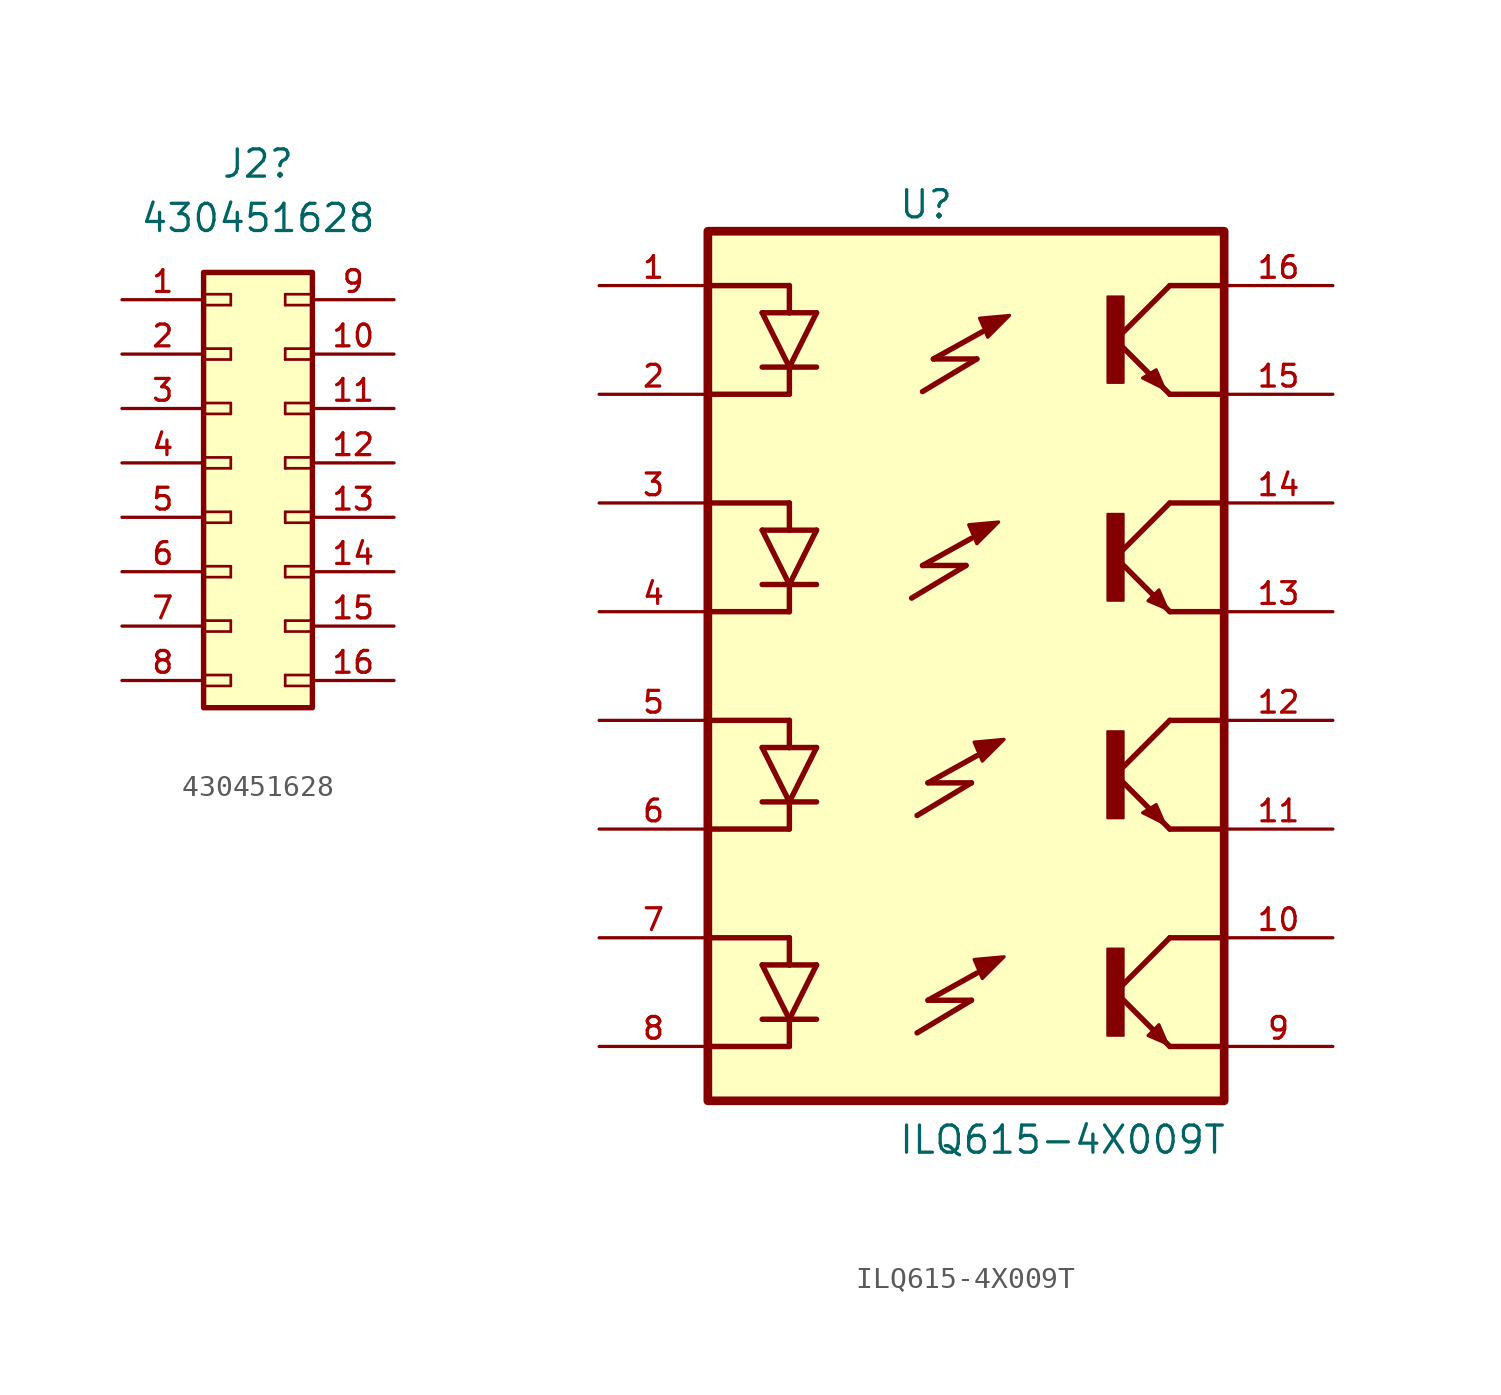
<source format=kicad_sym>
(kicad_symbol_lib
  (version 20231120)
  (generator "kicad_symbol_editor")
  (generator_version "8.0")
  (symbol "430451628"
    (pin_names
      (offset 1.016))
    (property "Reference" "J2"
      (at 0 16.51 0)
      (effects (font (size 1.27 1.27))))
    (property "Value" "430451628"
      (at 0 13.97 0)
      (effects (font (size 1.27 1.27))))
    (symbol "430451628_0_0"
      (rectangle (start -2.54 11.43) (end 2.54 -8.89) (stroke (width 0.254) (type default)) (fill (type background)))
      (polyline (pts (xy -2.54 -7.874) (xy -1.27 -7.874)) (stroke (width 0.127) (type default)) (fill (type none)))
      (polyline (pts (xy -2.54 -7.366) (xy -1.27 -7.366)) (stroke (width 0.127) (type default)) (fill (type none)))
      (polyline (pts (xy -2.54 -5.334) (xy -1.27 -5.334)) (stroke (width 0.127) (type default)) (fill (type none)))
      (polyline (pts (xy -2.54 -4.826) (xy -1.27 -4.826)) (stroke (width 0.127) (type default)) (fill (type none)))
      (polyline (pts (xy -2.54 -2.794) (xy -1.27 -2.794)) (stroke (width 0.127) (type default)) (fill (type none)))
      (polyline (pts (xy -2.54 -2.286) (xy -1.27 -2.286)) (stroke (width 0.127) (type default)) (fill (type none)))
      (polyline (pts (xy -2.54 -0.254) (xy -1.27 -0.254)) (stroke (width 0.127) (type default)) (fill (type none)))
      (polyline (pts (xy -2.54 0.254) (xy -1.27 0.254)) (stroke (width 0.127) (type default)) (fill (type none)))
      (polyline (pts (xy -2.54 2.286) (xy -1.27 2.286)) (stroke (width 0.127) (type default)) (fill (type none)))
      (polyline (pts (xy -2.54 2.794) (xy -1.27 2.794)) (stroke (width 0.127) (type default)) (fill (type none)))
      (polyline (pts (xy -2.54 4.826) (xy -1.27 4.826)) (stroke (width 0.127) (type default)) (fill (type none)))
      (polyline (pts (xy -2.54 5.334) (xy -1.27 5.334)) (stroke (width 0.127) (type default)) (fill (type none)))
      (polyline (pts (xy -2.54 7.366) (xy -1.27 7.366)) (stroke (width 0.127) (type default)) (fill (type none)))
      (polyline (pts (xy -2.54 7.874) (xy -1.27 7.874)) (stroke (width 0.127) (type default)) (fill (type none)))
      (polyline (pts (xy -2.54 9.906) (xy -1.27 9.906)) (stroke (width 0.127) (type default)) (fill (type none)))
      (polyline (pts (xy -2.54 10.414) (xy -1.27 10.414)) (stroke (width 0.127) (type default)) (fill (type none)))
      (polyline (pts (xy -1.27 -7.366) (xy -1.27 -7.874)) (stroke (width 0.127) (type default)) (fill (type none)))
      (polyline (pts (xy -1.27 -4.826) (xy -1.27 -5.334)) (stroke (width 0.127) (type default)) (fill (type none)))
      (polyline (pts (xy -1.27 -2.286) (xy -1.27 -2.794)) (stroke (width 0.127) (type default)) (fill (type none)))
      (polyline (pts (xy -1.27 0.254) (xy -1.27 -0.254)) (stroke (width 0.127) (type default)) (fill (type none)))
      (polyline (pts (xy -1.27 2.794) (xy -1.27 2.286)) (stroke (width 0.127) (type default)) (fill (type none)))
      (polyline (pts (xy -1.27 5.334) (xy -1.27 4.826)) (stroke (width 0.127) (type default)) (fill (type none)))
      (polyline (pts (xy -1.27 7.874) (xy -1.27 7.366)) (stroke (width 0.127) (type default)) (fill (type none)))
      (polyline (pts (xy -1.27 10.414) (xy -1.27 9.906)) (stroke (width 0.127) (type default)) (fill (type none)))
      (polyline (pts (xy 1.27 -7.366) (xy 1.27 -7.874)) (stroke (width 0.127) (type default)) (fill (type none)))
      (polyline (pts (xy 1.27 -4.826) (xy 1.27 -5.334)) (stroke (width 0.127) (type default)) (fill (type none)))
      (polyline (pts (xy 1.27 -2.286) (xy 1.27 -2.794)) (stroke (width 0.127) (type default)) (fill (type none)))
      (polyline (pts (xy 1.27 0.254) (xy 1.27 -0.254)) (stroke (width 0.127) (type default)) (fill (type none)))
      (polyline (pts (xy 1.27 2.794) (xy 1.27 2.286)) (stroke (width 0.127) (type default)) (fill (type none)))
      (polyline (pts (xy 1.27 5.334) (xy 1.27 4.826)) (stroke (width 0.127) (type default)) (fill (type none)))
      (polyline (pts (xy 1.27 7.874) (xy 1.27 7.366)) (stroke (width 0.127) (type default)) (fill (type none)))
      (polyline (pts (xy 1.27 10.414) (xy 1.27 9.906)) (stroke (width 0.127) (type default)) (fill (type none)))
      (polyline (pts (xy 2.54 -7.874) (xy 1.27 -7.874)) (stroke (width 0.127) (type default)) (fill (type none)))
      (polyline (pts (xy 2.54 -7.366) (xy 1.27 -7.366)) (stroke (width 0.127) (type default)) (fill (type none)))
      (polyline (pts (xy 2.54 -5.334) (xy 1.27 -5.334)) (stroke (width 0.127) (type default)) (fill (type none)))
      (polyline (pts (xy 2.54 -4.826) (xy 1.27 -4.826)) (stroke (width 0.127) (type default)) (fill (type none)))
      (polyline (pts (xy 2.54 -2.794) (xy 1.27 -2.794)) (stroke (width 0.127) (type default)) (fill (type none)))
      (polyline (pts (xy 2.54 -2.286) (xy 1.27 -2.286)) (stroke (width 0.127) (type default)) (fill (type none)))
      (polyline (pts (xy 2.54 -0.254) (xy 1.27 -0.254)) (stroke (width 0.127) (type default)) (fill (type none)))
      (polyline (pts (xy 2.54 0.254) (xy 1.27 0.254)) (stroke (width 0.127) (type default)) (fill (type none)))
      (polyline (pts (xy 2.54 2.286) (xy 1.27 2.286)) (stroke (width 0.127) (type default)) (fill (type none)))
      (polyline (pts (xy 2.54 2.794) (xy 1.27 2.794)) (stroke (width 0.127) (type default)) (fill (type none)))
      (polyline (pts (xy 2.54 4.826) (xy 1.27 4.826)) (stroke (width 0.127) (type default)) (fill (type none)))
      (polyline (pts (xy 2.54 5.334) (xy 1.27 5.334)) (stroke (width 0.127) (type default)) (fill (type none)))
      (polyline (pts (xy 2.54 7.366) (xy 1.27 7.366)) (stroke (width 0.127) (type default)) (fill (type none)))
      (polyline (pts (xy 2.54 7.874) (xy 1.27 7.874)) (stroke (width 0.127) (type default)) (fill (type none)))
      (polyline (pts (xy 2.54 9.906) (xy 1.27 9.906)) (stroke (width 0.127) (type default)) (fill (type none)))
      (polyline (pts (xy 2.54 10.414) (xy 1.27 10.414)) (stroke (width 0.127) (type default)) (fill (type none))))
    (symbol "430451628_1_0"
      (pin passive line (at -6.35 10.16 0) (length 3.81) (name "" (effects (font (size 1.016 1.016)))) (number "1" (effects (font (size 1.016 1.016)))))
      (pin passive line (at 6.35 7.62 180) (length 3.81) (name "" (effects (font (size 1.016 1.016)))) (number "10" (effects (font (size 1.016 1.016)))))
      (pin passive line (at 6.35 5.08 180) (length 3.81) (name "" (effects (font (size 1.016 1.016)))) (number "11" (effects (font (size 1.016 1.016)))))
      (pin passive line (at 6.35 2.54 180) (length 3.81) (name "" (effects (font (size 1.016 1.016)))) (number "12" (effects (font (size 1.016 1.016)))))
      (pin passive line (at 6.35 0 180) (length 3.81) (name "" (effects (font (size 1.016 1.016)))) (number "13" (effects (font (size 1.016 1.016)))))
      (pin passive line (at 6.35 -2.54 180) (length 3.81) (name "" (effects (font (size 1.016 1.016)))) (number "14" (effects (font (size 1.016 1.016)))))
      (pin passive line (at 6.35 -5.08 180) (length 3.81) (name "" (effects (font (size 1.016 1.016)))) (number "15" (effects (font (size 1.016 1.016)))))
      (pin passive line (at 6.35 -7.62 180) (length 3.81) (name "" (effects (font (size 1.016 1.016)))) (number "16" (effects (font (size 1.016 1.016)))))
      (pin passive line (at -6.35 7.62 0) (length 3.81) (name "" (effects (font (size 1.016 1.016)))) (number "2" (effects (font (size 1.016 1.016)))))
      (pin passive line (at -6.35 5.08 0) (length 3.81) (name "" (effects (font (size 1.016 1.016)))) (number "3" (effects (font (size 1.016 1.016)))))
      (pin passive line (at -6.35 2.54 0) (length 3.81) (name "" (effects (font (size 1.016 1.016)))) (number "4" (effects (font (size 1.016 1.016)))))
      (pin passive line (at -6.35 0 0) (length 3.81) (name "" (effects (font (size 1.016 1.016)))) (number "5" (effects (font (size 1.016 1.016)))))
      (pin passive line (at -6.35 -2.54 0) (length 3.81) (name "" (effects (font (size 1.016 1.016)))) (number "6" (effects (font (size 1.016 1.016)))))
      (pin passive line (at -6.35 -5.08 0) (length 3.81) (name "" (effects (font (size 1.016 1.016)))) (number "7" (effects (font (size 1.016 1.016)))))
      (pin passive line (at -6.35 -7.62 0) (length 3.81) (name "" (effects (font (size 1.016 1.016)))) (number "8" (effects (font (size 1.016 1.016)))))
      (pin passive line (at 6.35 10.16 180) (length 3.81) (name "" (effects (font (size 1.016 1.016)))) (number "9" (effects (font (size 1.016 1.016)))))))
  (symbol "ILQ615-4X009T"
    (pin_names
      (offset 1.016))
    (property "Reference" "U"
      (at -3.811 20.83 0)
      (effects (font (size 1.27 1.27)) (justify left bottom)))
    (property "Value" "ILQ615-4X009T"
      (at -3.816 -22.885 0)
      (effects (font (size 1.27 1.27)) (justify left bottom)))
    (symbol "ILQ615-4X009T_0_0"
      (rectangle (start -12.7 20.32) (end 11.43 -20.32) (stroke (width 0.406) (type default)) (fill (type background)))
      (polyline (pts (xy -8.89 -17.78) (xy -12.7 -17.78)) (stroke (width 0.254) (type default)) (fill (type none)))
      (polyline (pts (xy -8.89 -16.51) (xy -10.16 -16.51)) (stroke (width 0.254) (type default)) (fill (type none)))
      (polyline (pts (xy -8.89 -16.51) (xy -10.16 -13.97)) (stroke (width 0.254) (type default)) (fill (type none)))
      (polyline (pts (xy -8.89 -16.51) (xy -8.89 -17.78)) (stroke (width 0.254) (type default)) (fill (type none)))
      (polyline (pts (xy -8.89 -13.97) (xy -10.16 -13.97)) (stroke (width 0.254) (type default)) (fill (type none)))
      (polyline (pts (xy -8.89 -13.97) (xy -8.89 -12.7)) (stroke (width 0.254) (type default)) (fill (type none)))
      (polyline (pts (xy -8.89 -12.7) (xy -12.7 -12.7)) (stroke (width 0.254) (type default)) (fill (type none)))
      (polyline (pts (xy -8.89 -7.62) (xy -12.7 -7.62)) (stroke (width 0.254) (type default)) (fill (type none)))
      (polyline (pts (xy -8.89 -6.35) (xy -10.16 -6.35)) (stroke (width 0.254) (type default)) (fill (type none)))
      (polyline (pts (xy -8.89 -6.35) (xy -10.16 -3.81)) (stroke (width 0.254) (type default)) (fill (type none)))
      (polyline (pts (xy -8.89 -6.35) (xy -8.89 -7.62)) (stroke (width 0.254) (type default)) (fill (type none)))
      (polyline (pts (xy -8.89 -3.81) (xy -10.16 -3.81)) (stroke (width 0.254) (type default)) (fill (type none)))
      (polyline (pts (xy -8.89 -3.81) (xy -8.89 -2.54)) (stroke (width 0.254) (type default)) (fill (type none)))
      (polyline (pts (xy -8.89 -2.54) (xy -12.7 -2.54)) (stroke (width 0.254) (type default)) (fill (type none)))
      (polyline (pts (xy -8.89 2.54) (xy -12.7 2.54)) (stroke (width 0.254) (type default)) (fill (type none)))
      (polyline (pts (xy -8.89 3.81) (xy -10.16 3.81)) (stroke (width 0.254) (type default)) (fill (type none)))
      (polyline (pts (xy -8.89 3.81) (xy -10.16 6.35)) (stroke (width 0.254) (type default)) (fill (type none)))
      (polyline (pts (xy -8.89 3.81) (xy -8.89 2.54)) (stroke (width 0.254) (type default)) (fill (type none)))
      (polyline (pts (xy -8.89 6.35) (xy -10.16 6.35)) (stroke (width 0.254) (type default)) (fill (type none)))
      (polyline (pts (xy -8.89 6.35) (xy -8.89 7.62)) (stroke (width 0.254) (type default)) (fill (type none)))
      (polyline (pts (xy -8.89 7.62) (xy -12.7 7.62)) (stroke (width 0.254) (type default)) (fill (type none)))
      (polyline (pts (xy -8.89 12.7) (xy -12.7 12.7)) (stroke (width 0.254) (type default)) (fill (type none)))
      (polyline (pts (xy -8.89 13.97) (xy -10.16 13.97)) (stroke (width 0.254) (type default)) (fill (type none)))
      (polyline (pts (xy -8.89 13.97) (xy -10.16 16.51)) (stroke (width 0.254) (type default)) (fill (type none)))
      (polyline (pts (xy -8.89 13.97) (xy -8.89 12.7)) (stroke (width 0.254) (type default)) (fill (type none)))
      (polyline (pts (xy -8.89 16.51) (xy -10.16 16.51)) (stroke (width 0.254) (type default)) (fill (type none)))
      (polyline (pts (xy -8.89 16.51) (xy -8.89 17.78)) (stroke (width 0.254) (type default)) (fill (type none)))
      (polyline (pts (xy -8.89 17.78) (xy -12.7 17.78)) (stroke (width 0.254) (type default)) (fill (type none)))
      (polyline (pts (xy -7.62 -16.51) (xy -8.89 -16.51)) (stroke (width 0.254) (type default)) (fill (type none)))
      (polyline (pts (xy -7.62 -13.97) (xy -8.89 -16.51)) (stroke (width 0.254) (type default)) (fill (type none)))
      (polyline (pts (xy -7.62 -13.97) (xy -8.89 -13.97)) (stroke (width 0.254) (type default)) (fill (type none)))
      (polyline (pts (xy -7.62 -6.35) (xy -8.89 -6.35)) (stroke (width 0.254) (type default)) (fill (type none)))
      (polyline (pts (xy -7.62 -3.81) (xy -8.89 -6.35)) (stroke (width 0.254) (type default)) (fill (type none)))
      (polyline (pts (xy -7.62 -3.81) (xy -8.89 -3.81)) (stroke (width 0.254) (type default)) (fill (type none)))
      (polyline (pts (xy -7.62 3.81) (xy -8.89 3.81)) (stroke (width 0.254) (type default)) (fill (type none)))
      (polyline (pts (xy -7.62 6.35) (xy -8.89 3.81)) (stroke (width 0.254) (type default)) (fill (type none)))
      (polyline (pts (xy -7.62 6.35) (xy -8.89 6.35)) (stroke (width 0.254) (type default)) (fill (type none)))
      (polyline (pts (xy -7.62 13.97) (xy -8.89 13.97)) (stroke (width 0.254) (type default)) (fill (type none)))
      (polyline (pts (xy -7.62 16.51) (xy -8.89 13.97)) (stroke (width 0.254) (type default)) (fill (type none)))
      (polyline (pts (xy -7.62 16.51) (xy -8.89 16.51)) (stroke (width 0.254) (type default)) (fill (type none)))
      (polyline (pts (xy -3.175 3.175) (xy -0.635 4.699)) (stroke (width 0.254) (type default)) (fill (type none)))
      (polyline (pts (xy -2.921 -17.145) (xy -0.381 -15.621)) (stroke (width 0.254) (type default)) (fill (type none)))
      (polyline (pts (xy -2.921 -6.985) (xy -0.381 -5.461)) (stroke (width 0.254) (type default)) (fill (type none)))
      (polyline (pts (xy -2.667 4.699) (xy -0.381 5.969)) (stroke (width 0.254) (type default)) (fill (type none)))
      (polyline (pts (xy -2.667 12.827) (xy -0.127 14.351)) (stroke (width 0.254) (type default)) (fill (type none)))
      (polyline (pts (xy -2.413 -15.621) (xy -0.127 -14.351)) (stroke (width 0.254) (type default)) (fill (type none)))
      (polyline (pts (xy -2.413 -5.461) (xy -0.127 -4.191)) (stroke (width 0.254) (type default)) (fill (type none)))
      (polyline (pts (xy -2.159 14.351) (xy 0.127 15.621)) (stroke (width 0.254) (type default)) (fill (type none)))
      (polyline (pts (xy -0.635 4.699) (xy -2.667 4.699)) (stroke (width 0.254) (type default)) (fill (type none)))
      (polyline (pts (xy -0.381 -15.621) (xy -2.413 -15.621)) (stroke (width 0.254) (type default)) (fill (type none)))
      (polyline (pts (xy -0.381 -5.461) (xy -2.413 -5.461)) (stroke (width 0.254) (type default)) (fill (type none)))
      (polyline (pts (xy -0.127 14.351) (xy -2.159 14.351)) (stroke (width 0.254) (type default)) (fill (type none)))
      (polyline (pts (xy 6.35 -15.24) (xy 8.89 -17.78)) (stroke (width 0.254) (type default)) (fill (type none)))
      (polyline (pts (xy 6.35 -5.08) (xy 8.89 -7.62)) (stroke (width 0.254) (type default)) (fill (type none)))
      (polyline (pts (xy 6.35 5.08) (xy 8.89 2.54)) (stroke (width 0.254) (type default)) (fill (type none)))
      (polyline (pts (xy 6.35 15.24) (xy 8.89 12.7)) (stroke (width 0.254) (type default)) (fill (type none)))
      (polyline (pts (xy 8.89 -17.78) (xy 11.43 -17.78)) (stroke (width 0.254) (type default)) (fill (type none)))
      (polyline (pts (xy 8.89 -12.7) (xy 6.35 -15.24)) (stroke (width 0.254) (type default)) (fill (type none)))
      (polyline (pts (xy 8.89 -12.7) (xy 11.43 -12.7)) (stroke (width 0.254) (type default)) (fill (type none)))
      (polyline (pts (xy 8.89 -7.62) (xy 11.43 -7.62)) (stroke (width 0.254) (type default)) (fill (type none)))
      (polyline (pts (xy 8.89 -2.54) (xy 6.35 -5.08)) (stroke (width 0.254) (type default)) (fill (type none)))
      (polyline (pts (xy 8.89 -2.54) (xy 11.43 -2.54)) (stroke (width 0.254) (type default)) (fill (type none)))
      (polyline (pts (xy 8.89 2.54) (xy 11.43 2.54)) (stroke (width 0.254) (type default)) (fill (type none)))
      (polyline (pts (xy 8.89 7.62) (xy 6.35 5.08)) (stroke (width 0.254) (type default)) (fill (type none)))
      (polyline (pts (xy 8.89 7.62) (xy 11.43 7.62)) (stroke (width 0.254) (type default)) (fill (type none)))
      (polyline (pts (xy 8.89 12.7) (xy 11.43 12.7)) (stroke (width 0.254) (type default)) (fill (type none)))
      (polyline (pts (xy 8.89 17.78) (xy 6.35 15.24)) (stroke (width 0.254) (type default)) (fill (type none)))
      (polyline (pts (xy 8.89 17.78) (xy 11.43 17.78)) (stroke (width 0.254) (type default)) (fill (type none)))
      (polyline (pts (xy -0.508 6.604) (xy 0.889 6.731) (xy -0.127 5.715) (xy -0.508 6.604)) (stroke (width 0.152) (type default)) (fill (type outline)))
      (polyline (pts (xy -0.254 -13.716) (xy 1.143 -13.589) (xy 0.127 -14.605) (xy -0.254 -13.716)) (stroke (width 0.152) (type default)) (fill (type outline)))
      (polyline (pts (xy -0.254 -3.556) (xy 1.143 -3.429) (xy 0.127 -4.445) (xy -0.254 -3.556)) (stroke (width 0.152) (type default)) (fill (type outline)))
      (polyline (pts (xy 0 16.256) (xy 1.397 16.383) (xy 0.381 15.367) (xy 0 16.256)) (stroke (width 0.152) (type default)) (fill (type outline)))
      (polyline (pts (xy 8.255 -6.477) (xy 8.636 -7.366) (xy 7.62 -6.858) (xy 8.255 -6.477)) (stroke (width 0.152) (type default)) (fill (type outline)))
      (polyline (pts (xy 8.255 13.843) (xy 8.636 12.954) (xy 7.62 13.462) (xy 8.255 13.843)) (stroke (width 0.152) (type default)) (fill (type outline)))
      (polyline (pts (xy 8.763 -17.653) (xy 8.382 -16.764) (xy 7.874 -17.272) (xy 8.763 -17.653)) (stroke (width 0.152) (type default)) (fill (type outline)))
      (polyline (pts (xy 8.763 2.667) (xy 8.382 3.556) (xy 7.874 3.048) (xy 8.763 2.667)) (stroke (width 0.152) (type default)) (fill (type outline)))
      (rectangle (start 5.971 -7.114) (end 6.731 -3.048) (stroke (width 0.1) (type default)) (fill (type outline)))
      (rectangle (start 5.971 -17.28) (end 6.731 -13.208) (stroke (width 0.1) (type default)) (fill (type outline)))
      (rectangle (start 5.977 3.053) (end 6.731 7.112) (stroke (width 0.1) (type default)) (fill (type outline)))
      (rectangle (start 5.978 13.234) (end 6.731 17.272) (stroke (width 0.1) (type default)) (fill (type outline)))
      (pin passive line (at -17.78 17.78 0) (length 5.08) (name "~" (effects (font (size 1.016 1.016)))) (number "1" (effects (font (size 1.016 1.016)))))
      (pin passive line (at 16.51 -12.7 180) (length 5.08) (name "~" (effects (font (size 1.016 1.016)))) (number "10" (effects (font (size 1.016 1.016)))))
      (pin passive line (at 16.51 -7.62 180) (length 5.08) (name "~" (effects (font (size 1.016 1.016)))) (number "11" (effects (font (size 1.016 1.016)))))
      (pin passive line (at 16.51 -2.54 180) (length 5.08) (name "~" (effects (font (size 1.016 1.016)))) (number "12" (effects (font (size 1.016 1.016)))))
      (pin passive line (at 16.51 2.54 180) (length 5.08) (name "~" (effects (font (size 1.016 1.016)))) (number "13" (effects (font (size 1.016 1.016)))))
      (pin passive line (at 16.51 7.62 180) (length 5.08) (name "~" (effects (font (size 1.016 1.016)))) (number "14" (effects (font (size 1.016 1.016)))))
      (pin passive line (at 16.51 12.7 180) (length 5.08) (name "~" (effects (font (size 1.016 1.016)))) (number "15" (effects (font (size 1.016 1.016)))))
      (pin passive line (at 16.51 17.78 180) (length 5.08) (name "~" (effects (font (size 1.016 1.016)))) (number "16" (effects (font (size 1.016 1.016)))))
      (pin passive line (at -17.78 12.7 0) (length 5.08) (name "~" (effects (font (size 1.016 1.016)))) (number "2" (effects (font (size 1.016 1.016)))))
      (pin passive line (at -17.78 7.62 0) (length 5.08) (name "~" (effects (font (size 1.016 1.016)))) (number "3" (effects (font (size 1.016 1.016)))))
      (pin passive line (at -17.78 2.54 0) (length 5.08) (name "~" (effects (font (size 1.016 1.016)))) (number "4" (effects (font (size 1.016 1.016)))))
      (pin passive line (at -17.78 -2.54 0) (length 5.08) (name "~" (effects (font (size 1.016 1.016)))) (number "5" (effects (font (size 1.016 1.016)))))
      (pin passive line (at -17.78 -7.62 0) (length 5.08) (name "~" (effects (font (size 1.016 1.016)))) (number "6" (effects (font (size 1.016 1.016)))))
      (pin passive line (at -17.78 -12.7 0) (length 5.08) (name "~" (effects (font (size 1.016 1.016)))) (number "7" (effects (font (size 1.016 1.016)))))
      (pin passive line (at -17.78 -17.78 0) (length 5.08) (name "~" (effects (font (size 1.016 1.016)))) (number "8" (effects (font (size 1.016 1.016)))))
      (pin passive line (at 16.51 -17.78 180) (length 5.08) (name "~" (effects (font (size 1.016 1.016)))) (number "9" (effects (font (size 1.016 1.016))))))))
</source>
